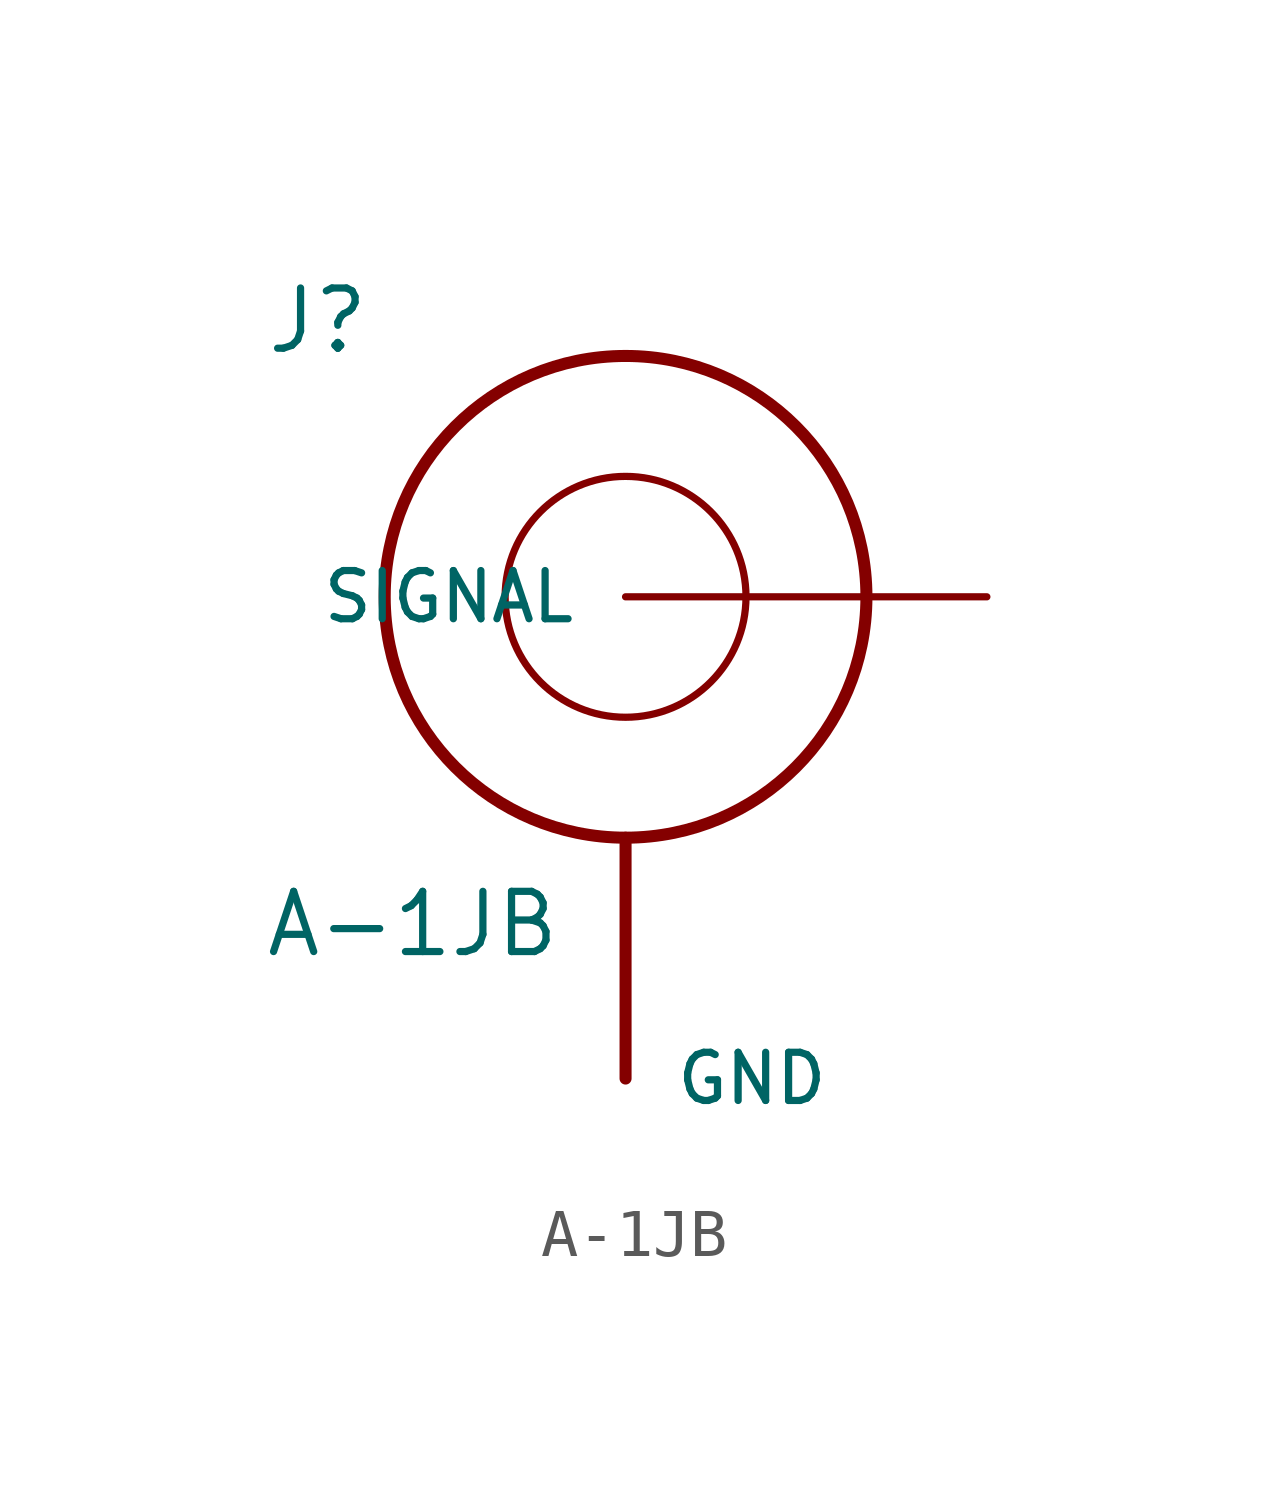
<source format=kicad_sym>
(kicad_symbol_lib
  (version 20211014)
  (generator kicad_symbol_editor)
  (symbol "A-1JB"
    (pin_numbers hide)
    (pin_names
      (offset 1.016))
    (property "Reference" "J"
      (at -7.62 5.08 0)
      (effects (font (size 1.27 1.27)) (justify left bottom)))
    (property "Value" "A-1JB"
      (at -7.645 -7.645 0)
      (effects (font (size 1.27 1.27)) (justify left bottom)))
    (symbol "A-1JB_0_0"
      (polyline (pts (xy 0 -5.08) (xy 0 -10.16)) (stroke (width 0.254) (type default) (color 0 0 0 0)) (fill (type none)))
      (circle (center 0 0) (radius 2.54) (stroke (width 0) (type default) (color 0 0 0 0)) (fill (type none)))
      (circle (center 0 0) (radius 5.08) (stroke (width 0.254) (type default) (color 0 0 0 0)) (fill (type none)))
      (pin power_in line (at 0 -10.16 0) (length 0) (name "GND" (effects (font (size 1.016 1.016)))) (number "GND1" (effects (font (size 1.016 1.016)))))
      (pin power_out line (at 0 -10.16 0) (length 0) hide (name "GND" (effects (font (size 1.016 1.016)))) (number "GND2" (effects (font (size 1.016 1.016)))))
      (pin power_in line (at 0 -10.16 0) (length 0) hide (name "GND" (effects (font (size 1.016 1.016)))) (number "OPTIONAL_GND" (effects (font (size 1.016 1.016)))))
      (pin passive line (at 7.62 0 180) (length 7.62) (name "SIGNAL" (effects (font (size 1.016 1.016)))) (number "SIGNAL" (effects (font (size 1.016 1.016))))))))
</source>
